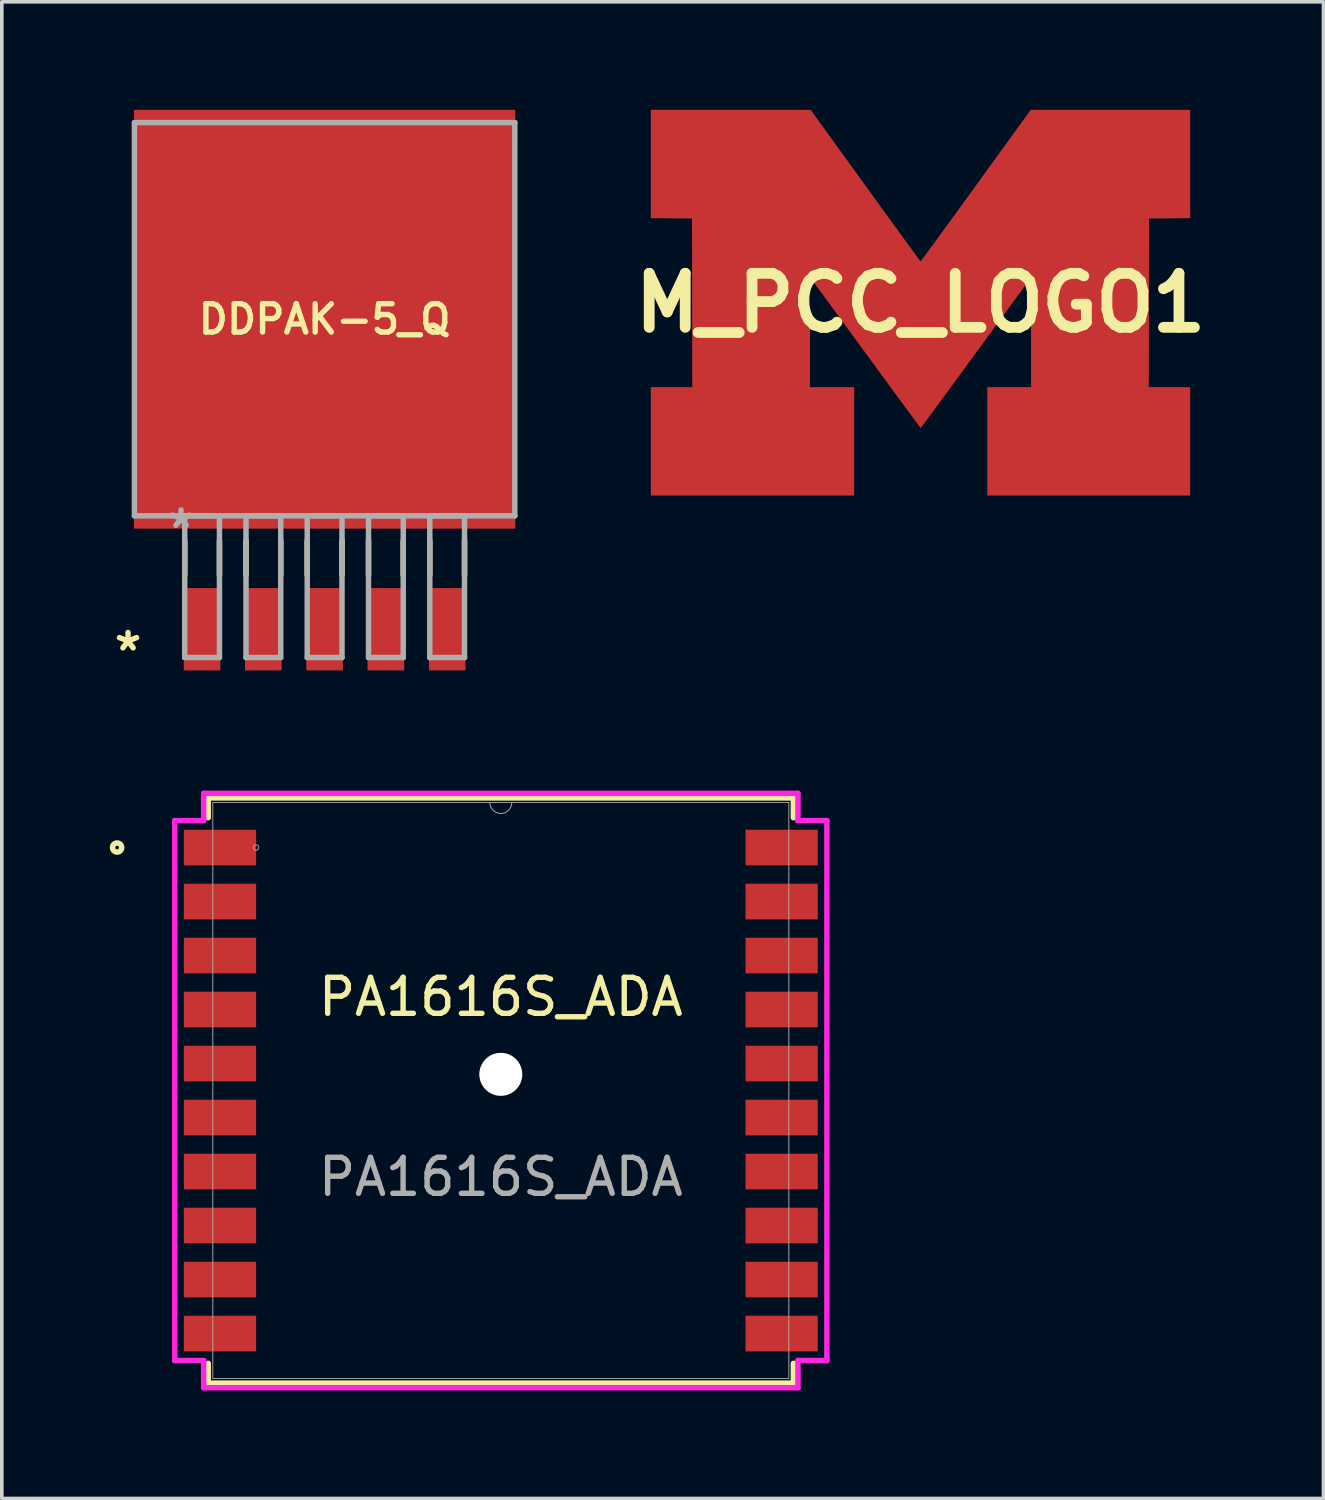
<source format=kicad_pcb>
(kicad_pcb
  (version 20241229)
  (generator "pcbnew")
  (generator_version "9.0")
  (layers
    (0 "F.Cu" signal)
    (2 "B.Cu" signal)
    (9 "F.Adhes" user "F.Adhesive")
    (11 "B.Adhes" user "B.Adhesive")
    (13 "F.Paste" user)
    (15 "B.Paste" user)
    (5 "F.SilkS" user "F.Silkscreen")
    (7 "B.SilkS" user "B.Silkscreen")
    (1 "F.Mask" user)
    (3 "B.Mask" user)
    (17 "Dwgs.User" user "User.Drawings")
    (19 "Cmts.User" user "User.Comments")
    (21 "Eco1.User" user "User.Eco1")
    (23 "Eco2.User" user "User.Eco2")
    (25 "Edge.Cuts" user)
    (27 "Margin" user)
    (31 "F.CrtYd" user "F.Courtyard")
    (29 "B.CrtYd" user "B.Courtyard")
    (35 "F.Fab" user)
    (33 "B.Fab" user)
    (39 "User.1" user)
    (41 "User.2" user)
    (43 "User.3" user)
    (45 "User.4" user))
  (footprint "M_PCC_LOGO1"
    (layer "F.Cu")
    (at 22.519 5.364)
    (property "Reference" "M_PCC_LOGO1" (at 0 0 0) (layer "F.SilkS") (effects (font (size 1.5 1.5) (thickness 0.3))))
    (attr board_only exclude_from_pos_files exclude_from_bom)
    (fp_poly (pts (xy 7.491 -3.859) (xy 7.491 -2.353) (xy 6.919 -2.349) (xy 6.347 -2.346) (xy 6.344 -0.003) (xy 6.34 2.34) (xy 6.915 2.34) (xy 7.491 2.34) (xy 7.491 3.846) (xy 7.491 5.351) (xy 4.673 5.351) (xy 1.855 5.351) (xy 1.855 3.846) (xy 1.855 2.34) (xy 2.462 2.34) (xy 3.07 2.34) (xy 3.07 0.821) (xy 3.07 0.625) (xy 3.07 0.436) (xy 3.07 0.257) (xy 3.07 0.088) (xy 3.069 -0.069) (xy 3.069 -0.212) (xy 3.069 -0.34) (xy 3.068 -0.451) (xy 3.068 -0.543) (xy 3.068 -0.616) (xy 3.067 -0.666) (xy 3.067 -0.694) (xy 3.066 -0.698) (xy 3.058 -0.688) (xy 3.036 -0.658) (xy 3 -0.609) (xy 2.951 -0.542) (xy 2.889 -0.458) (xy 2.816 -0.358) (xy 2.732 -0.243) (xy 2.637 -0.114) (xy 2.533 0.027) (xy 2.421 0.181) (xy 2.3 0.346) (xy 2.173 0.521) (xy 2.038 0.704) (xy 1.898 0.896) (xy 1.753 1.095) (xy 1.603 1.3) (xy 1.538 1.389) (xy 1.386 1.596) (xy 1.239 1.798) (xy 1.096 1.992) (xy 0.959 2.18) (xy 0.828 2.359) (xy 0.704 2.528) (xy 0.588 2.686) (xy 0.48 2.833) (xy 0.381 2.968) (xy 0.293 3.089) (xy 0.214 3.195) (xy 0.147 3.286) (xy 0.092 3.36) (xy 0.05 3.417) (xy 0.021 3.456) (xy 0.006 3.475) (xy 0.005 3.476) (xy -0.004 3.466) (xy -0.027 3.436) (xy -0.063 3.387) (xy -0.113 3.32) (xy -0.175 3.236) (xy -0.248 3.137) (xy -0.333 3.022) (xy -0.427 2.894) (xy -0.531 2.752) (xy -0.644 2.599) (xy -0.765 2.434) (xy -0.892 2.26) (xy -1.027 2.077) (xy -1.167 1.885) (xy -1.312 1.687) (xy -1.461 1.483) (xy -1.513 1.412) (xy -1.664 1.206) (xy -1.811 1.005) (xy -1.953 0.81) (xy -2.09 0.623) (xy -2.221 0.444) (xy -2.345 0.275) (xy -2.461 0.116) (xy -2.569 -0.031) (xy -2.668 -0.166) (xy -2.757 -0.288) (xy -2.836 -0.395) (xy -2.903 -0.486) (xy -2.958 -0.561) (xy -3.001 -0.618) (xy -3.03 -0.657) (xy -3.044 -0.676) (xy -3.046 -0.678) (xy -3.05 -0.682) (xy -3.053 -0.682) (xy -3.056 -0.679) (xy -3.058 -0.671) (xy -3.06 -0.656) (xy -3.062 -0.634) (xy -3.064 -0.602) (xy -3.065 -0.56) (xy -3.067 -0.505) (xy -3.068 -0.438) (xy -3.068 -0.355) (xy -3.069 -0.257) (xy -3.069 -0.142) (xy -3.07 -0.007) (xy -3.07 0.147) (xy -3.07 0.323) (xy -3.07 0.521) (xy -3.07 0.743) (xy -3.07 0.818) (xy -3.07 2.34) (xy -2.456 2.34) (xy -1.842 2.34) (xy -1.842 3.846) (xy -1.842 5.351) (xy -4.666 5.351) (xy -7.491 5.351) (xy -7.491 3.846) (xy -7.491 2.34) (xy -6.915 2.34) (xy -6.34 2.34) (xy -6.344 -0.003) (xy -6.347 -2.346) (xy -6.919 -2.349) (xy -7.491 -2.353) (xy -7.491 -3.859) (xy -7.491 -5.364) (xy -5.271 -5.364) (xy -3.051 -5.363) (xy -1.531 -3.261) (xy -1.38 -3.052) (xy -1.234 -2.85) (xy -1.092 -2.653) (xy -0.955 -2.465) (xy -0.825 -2.285) (xy -0.701 -2.115) (xy -0.585 -1.955) (xy -0.477 -1.807) (xy -0.379 -1.671) (xy -0.29 -1.549) (xy -0.211 -1.442) (xy -0.144 -1.35) (xy -0.089 -1.274) (xy -0.046 -1.216) (xy -0.017 -1.177) (xy -0.001 -1.157) (xy 0.001 -1.155) (xy 0.009 -1.165) (xy 0.032 -1.195) (xy 0.069 -1.244) (xy 0.119 -1.31) (xy 0.181 -1.394) (xy 0.254 -1.494) (xy 0.339 -1.609) (xy 0.433 -1.738) (xy 0.537 -1.88) (xy 0.649 -2.035) (xy 0.77 -2.2) (xy 0.897 -2.375) (xy 1.031 -2.56) (xy 1.171 -2.752) (xy 1.315 -2.952) (xy 1.465 -3.158) (xy 1.537 -3.258) (xy 3.061 -5.364) (xy 5.276 -5.364) (xy 7.491 -5.364)) (stroke (width 0) (type solid)) (fill yes) (layer "F.Cu")))
  (footprint "PA1616S_ADA"
    (layer "F.Cu")
    (at 10.861 27.242)
    (property "Reference" "PA1616S_ADA" (at 0 -2.6 0) (unlocked yes) (layer "F.SilkS") (effects (font (size 1 1) (thickness 0.15))))
    (attr smd)
    (fp_line (start -8.127 -8.128) (end -8.127 -7.578) (stroke (width 0.152) (type solid)) (layer "F.SilkS"))
    (fp_line (start -8.127 7.578) (end -8.127 8.128) (stroke (width 0.152) (type solid)) (layer "F.SilkS"))
    (fp_line (start -8.127 8.128) (end 8.127 8.128) (stroke (width 0.152) (type solid)) (layer "F.SilkS"))
    (fp_line (start 8.127 -8.128) (end -8.127 -8.128) (stroke (width 0.152) (type solid)) (layer "F.SilkS"))
    (fp_line (start 8.127 -7.578) (end 8.127 -8.128) (stroke (width 0.152) (type solid)) (layer "F.SilkS"))
    (fp_line (start 8.127 8.128) (end 8.127 7.578) (stroke (width 0.152) (type solid)) (layer "F.SilkS"))
    (fp_circle (center -10.658 -6.75) (end -10.531 -6.75) (stroke (width 0.152) (type solid)) (fill no) (layer "F.SilkS"))
    (fp_line (start -9.057 -7.499) (end -8.254 -7.499) (stroke (width 0.152) (type solid)) (layer "F.CrtYd"))
    (fp_line (start -9.057 7.499) (end -9.057 -7.499) (stroke (width 0.152) (type solid)) (layer "F.CrtYd"))
    (fp_line (start -9.057 7.499) (end -8.254 7.499) (stroke (width 0.152) (type solid)) (layer "F.CrtYd"))
    (fp_line (start -8.254 -8.255) (end 8.254 -8.255) (stroke (width 0.152) (type solid)) (layer "F.CrtYd"))
    (fp_line (start -8.254 -7.499) (end -8.254 -8.255) (stroke (width 0.152) (type solid)) (layer "F.CrtYd"))
    (fp_line (start -8.254 8.255) (end -8.254 7.499) (stroke (width 0.152) (type solid)) (layer "F.CrtYd"))
    (fp_line (start 8.254 -8.255) (end 8.254 -7.499) (stroke (width 0.152) (type solid)) (layer "F.CrtYd"))
    (fp_line (start 8.254 7.499) (end 8.254 8.255) (stroke (width 0.152) (type solid)) (layer "F.CrtYd"))
    (fp_line (start 8.254 8.255) (end -8.254 8.255) (stroke (width 0.152) (type solid)) (layer "F.CrtYd"))
    (fp_line (start 9.057 -7.499) (end 8.254 -7.499) (stroke (width 0.152) (type solid)) (layer "F.CrtYd"))
    (fp_line (start 9.057 -7.499) (end 9.057 7.499) (stroke (width 0.152) (type solid)) (layer "F.CrtYd"))
    (fp_line (start 9.057 7.499) (end 8.254 7.499) (stroke (width 0.152) (type solid)) (layer "F.CrtYd"))
    (fp_line (start -8 -8.001) (end -8 8.001) (stroke (width 0.025) (type solid)) (layer "F.Fab"))
    (fp_line (start -8 8.001) (end 8 8.001) (stroke (width 0.025) (type solid)) (layer "F.Fab"))
    (fp_line (start 8 -8.001) (end -8 -8.001) (stroke (width 0.025) (type solid)) (layer "F.Fab"))
    (fp_line (start 8 8.001) (end 8 -8.001) (stroke (width 0.025) (type solid)) (layer "F.Fab"))
    (fp_arc (start 0.3048 -8.001) (mid 0 -7.6962) (end -0.3048 -8.001) (stroke (width 0.0254) (type solid)) (layer "F.Fab"))
    (fp_circle (center -6.797 -6.75) (end -6.721 -6.75) (stroke (width 0.025) (type solid)) (fill no) (layer "F.Fab"))
    (fp_text user "${REFERENCE}" (at 0 2.4 0) (unlocked yes) (layer "F.Fab") (effects (font (size 1 1) (thickness 0.15))))
    (pad "" np_thru_hole circle (at 0 -0.45) (size 1.194 1.194) (drill 1.194) (layers "*.Cu" "*.Mask"))
    (pad "1" smd rect (at -7.8 -6.75) (size 2.007 0.991) (layers "F.Cu" "F.Mask" "F.Paste"))
    (pad "2" smd rect (at -7.8 -5.25) (size 2.007 0.991) (layers "F.Cu" "F.Mask" "F.Paste"))
    (pad "3" smd rect (at -7.8 -3.75) (size 2.007 0.991) (layers "F.Cu" "F.Mask" "F.Paste"))
    (pad "4" smd rect (at -7.8 -2.25) (size 2.007 0.991) (layers "F.Cu" "F.Mask" "F.Paste"))
    (pad "5" smd rect (at -7.8 -0.75) (size 2.007 0.991) (layers "F.Cu" "F.Mask" "F.Paste"))
    (pad "6" smd rect (at -7.8 0.75) (size 2.007 0.991) (layers "F.Cu" "F.Mask" "F.Paste"))
    (pad "7" smd rect (at -7.8 2.25) (size 2.007 0.991) (layers "F.Cu" "F.Mask" "F.Paste"))
    (pad "8" smd rect (at -7.8 3.75) (size 2.007 0.991) (layers "F.Cu" "F.Mask" "F.Paste"))
    (pad "9" smd rect (at -7.8 5.25) (size 2.007 0.991) (layers "F.Cu" "F.Mask" "F.Paste"))
    (pad "10" smd rect (at -7.8 6.75) (size 2.007 0.991) (layers "F.Cu" "F.Mask" "F.Paste"))
    (pad "11" smd rect (at 7.8 6.75) (size 2.007 0.991) (layers "F.Cu" "F.Mask" "F.Paste"))
    (pad "12" smd rect (at 7.8 5.25) (size 2.007 0.991) (layers "F.Cu" "F.Mask" "F.Paste"))
    (pad "13" smd rect (at 7.8 3.75) (size 2.007 0.991) (layers "F.Cu" "F.Mask" "F.Paste"))
    (pad "14" smd rect (at 7.8 2.25) (size 2.007 0.991) (layers "F.Cu" "F.Mask" "F.Paste"))
    (pad "15" smd rect (at 7.8 0.75) (size 2.007 0.991) (layers "F.Cu" "F.Mask" "F.Paste"))
    (pad "16" smd rect (at 7.8 -0.75) (size 2.007 0.991) (layers "F.Cu" "F.Mask" "F.Paste"))
    (pad "17" smd rect (at 7.8 -2.25) (size 2.007 0.991) (layers "F.Cu" "F.Mask" "F.Paste"))
    (pad "18" smd rect (at 7.8 -3.75) (size 2.007 0.991) (layers "F.Cu" "F.Mask" "F.Paste"))
    (pad "19" smd rect (at 7.8 -5.25) (size 2.007 0.991) (layers "F.Cu" "F.Mask" "F.Paste"))
    (pad "20" smd rect (at 7.8 -6.75) (size 2.007 0.991) (layers "F.Cu" "F.Mask" "F.Paste")))
  (footprint "DDPAK-5_Q"
    (layer "F.Cu")
    (at 5.967 5.817)
    (property "Reference" "DDPAK-5_Q" (at 0 0 0) (layer "F.SilkS") (effects (font (size 0.787 0.787) (thickness 0.15))))
    (attr smd)
    (fp_line (start -3.886 6.147) (end -3.886 7.112) (stroke (width 0.152) (type solid)) (layer "F.SilkS"))
    (fp_line (start -2.921 6.147) (end -2.921 7.112) (stroke (width 0.152) (type solid)) (layer "F.SilkS"))
    (fp_line (start -2.184 6.147) (end -2.184 7.112) (stroke (width 0.152) (type solid)) (layer "F.SilkS"))
    (fp_line (start -1.219 6.147) (end -1.219 7.112) (stroke (width 0.152) (type solid)) (layer "F.SilkS"))
    (fp_line (start -0.483 6.147) (end -0.483 7.112) (stroke (width 0.152) (type solid)) (layer "F.SilkS"))
    (fp_line (start 0.483 6.147) (end 0.483 7.112) (stroke (width 0.152) (type solid)) (layer "F.SilkS"))
    (fp_line (start 1.219 6.147) (end 1.219 7.112) (stroke (width 0.152) (type solid)) (layer "F.SilkS"))
    (fp_line (start 2.184 6.147) (end 2.184 7.112) (stroke (width 0.152) (type solid)) (layer "F.SilkS"))
    (fp_line (start 2.921 6.147) (end 2.921 7.112) (stroke (width 0.152) (type solid)) (layer "F.SilkS"))
    (fp_line (start 3.886 6.147) (end 3.886 7.112) (stroke (width 0.152) (type solid)) (layer "F.SilkS"))
    (fp_line (start -5.283 -5.461) (end -5.283 5.461) (stroke (width 0.152) (type solid)) (layer "F.Fab"))
    (fp_line (start -5.283 5.461) (end 5.283 5.461) (stroke (width 0.152) (type solid)) (layer "F.Fab"))
    (fp_line (start -3.886 5.461) (end -3.886 9.398) (stroke (width 0.152) (type solid)) (layer "F.Fab"))
    (fp_line (start -3.886 9.398) (end -2.921 9.398) (stroke (width 0.152) (type solid)) (layer "F.Fab"))
    (fp_line (start -2.921 5.461) (end -3.886 5.461) (stroke (width 0.152) (type solid)) (layer "F.Fab"))
    (fp_line (start -2.921 9.398) (end -2.921 5.461) (stroke (width 0.152) (type solid)) (layer "F.Fab"))
    (fp_line (start -2.184 5.461) (end -2.184 9.398) (stroke (width 0.152) (type solid)) (layer "F.Fab"))
    (fp_line (start -2.184 9.398) (end -1.219 9.398) (stroke (width 0.152) (type solid)) (layer "F.Fab"))
    (fp_line (start -1.219 5.461) (end -2.184 5.461) (stroke (width 0.152) (type solid)) (layer "F.Fab"))
    (fp_line (start -1.219 9.398) (end -1.219 5.461) (stroke (width 0.152) (type solid)) (layer "F.Fab"))
    (fp_line (start -0.483 5.461) (end -0.483 9.398) (stroke (width 0.152) (type solid)) (layer "F.Fab"))
    (fp_line (start -0.483 9.398) (end 0.483 9.398) (stroke (width 0.152) (type solid)) (layer "F.Fab"))
    (fp_line (start 0.483 5.461) (end -0.483 5.461) (stroke (width 0.152) (type solid)) (layer "F.Fab"))
    (fp_line (start 0.483 9.398) (end 0.483 5.461) (stroke (width 0.152) (type solid)) (layer "F.Fab"))
    (fp_line (start 1.219 5.461) (end 1.219 9.398) (stroke (width 0.152) (type solid)) (layer "F.Fab"))
    (fp_line (start 1.219 9.398) (end 2.184 9.398) (stroke (width 0.152) (type solid)) (layer "F.Fab"))
    (fp_line (start 2.184 5.461) (end 1.219 5.461) (stroke (width 0.152) (type solid)) (layer "F.Fab"))
    (fp_line (start 2.184 9.398) (end 2.184 5.461) (stroke (width 0.152) (type solid)) (layer "F.Fab"))
    (fp_line (start 2.921 5.461) (end 2.921 9.398) (stroke (width 0.152) (type solid)) (layer "F.Fab"))
    (fp_line (start 2.921 9.398) (end 3.886 9.398) (stroke (width 0.152) (type solid)) (layer "F.Fab"))
    (fp_line (start 3.886 5.461) (end 2.921 5.461) (stroke (width 0.152) (type solid)) (layer "F.Fab"))
    (fp_line (start 3.886 9.398) (end 3.886 5.461) (stroke (width 0.152) (type solid)) (layer "F.Fab"))
    (fp_line (start 5.283 -5.461) (end -5.283 -5.461) (stroke (width 0.152) (type solid)) (layer "F.Fab"))
    (fp_line (start 5.283 5.461) (end 5.283 -5.461) (stroke (width 0.152) (type solid)) (layer "F.Fab"))
    (fp_text user "*" (at -5.461 9.246 0) (layer "F.SilkS") (effects (font (size 1 1) (thickness 0.15))))
    (fp_text user "*" (at -3.988 5.842 0) (layer "F.Fab") (effects (font (size 1 1) (thickness 0.15))))
    (pad "1" smd rect (at -3.404 8.611) (size 1.016 2.286) (layers "F.Cu" "F.Mask" "F.Paste"))
    (pad "2" smd rect (at -1.702 8.611) (size 1.016 2.286) (layers "F.Cu" "F.Mask" "F.Paste"))
    (pad "3" smd rect (at 0 8.611) (size 1.016 2.286) (layers "F.Cu" "F.Mask" "F.Paste"))
    (pad "4" smd rect (at 1.702 8.611) (size 1.016 2.286) (layers "F.Cu" "F.Mask" "F.Paste"))
    (pad "5" smd rect (at 3.404 8.611) (size 1.016 2.286) (layers "F.Cu" "F.Mask" "F.Paste"))
    (pad "6" smd rect (at 0 0) (size 10.592 11.633) (layers "F.Cu" "F.Mask" "F.Paste")))
  (gr_rect
    (start -3 -3)
    (end 33.712 38.573)
    (stroke (width 0.1) (type default))
    (fill no)
    (layer "Edge.Cuts")))
</source>
